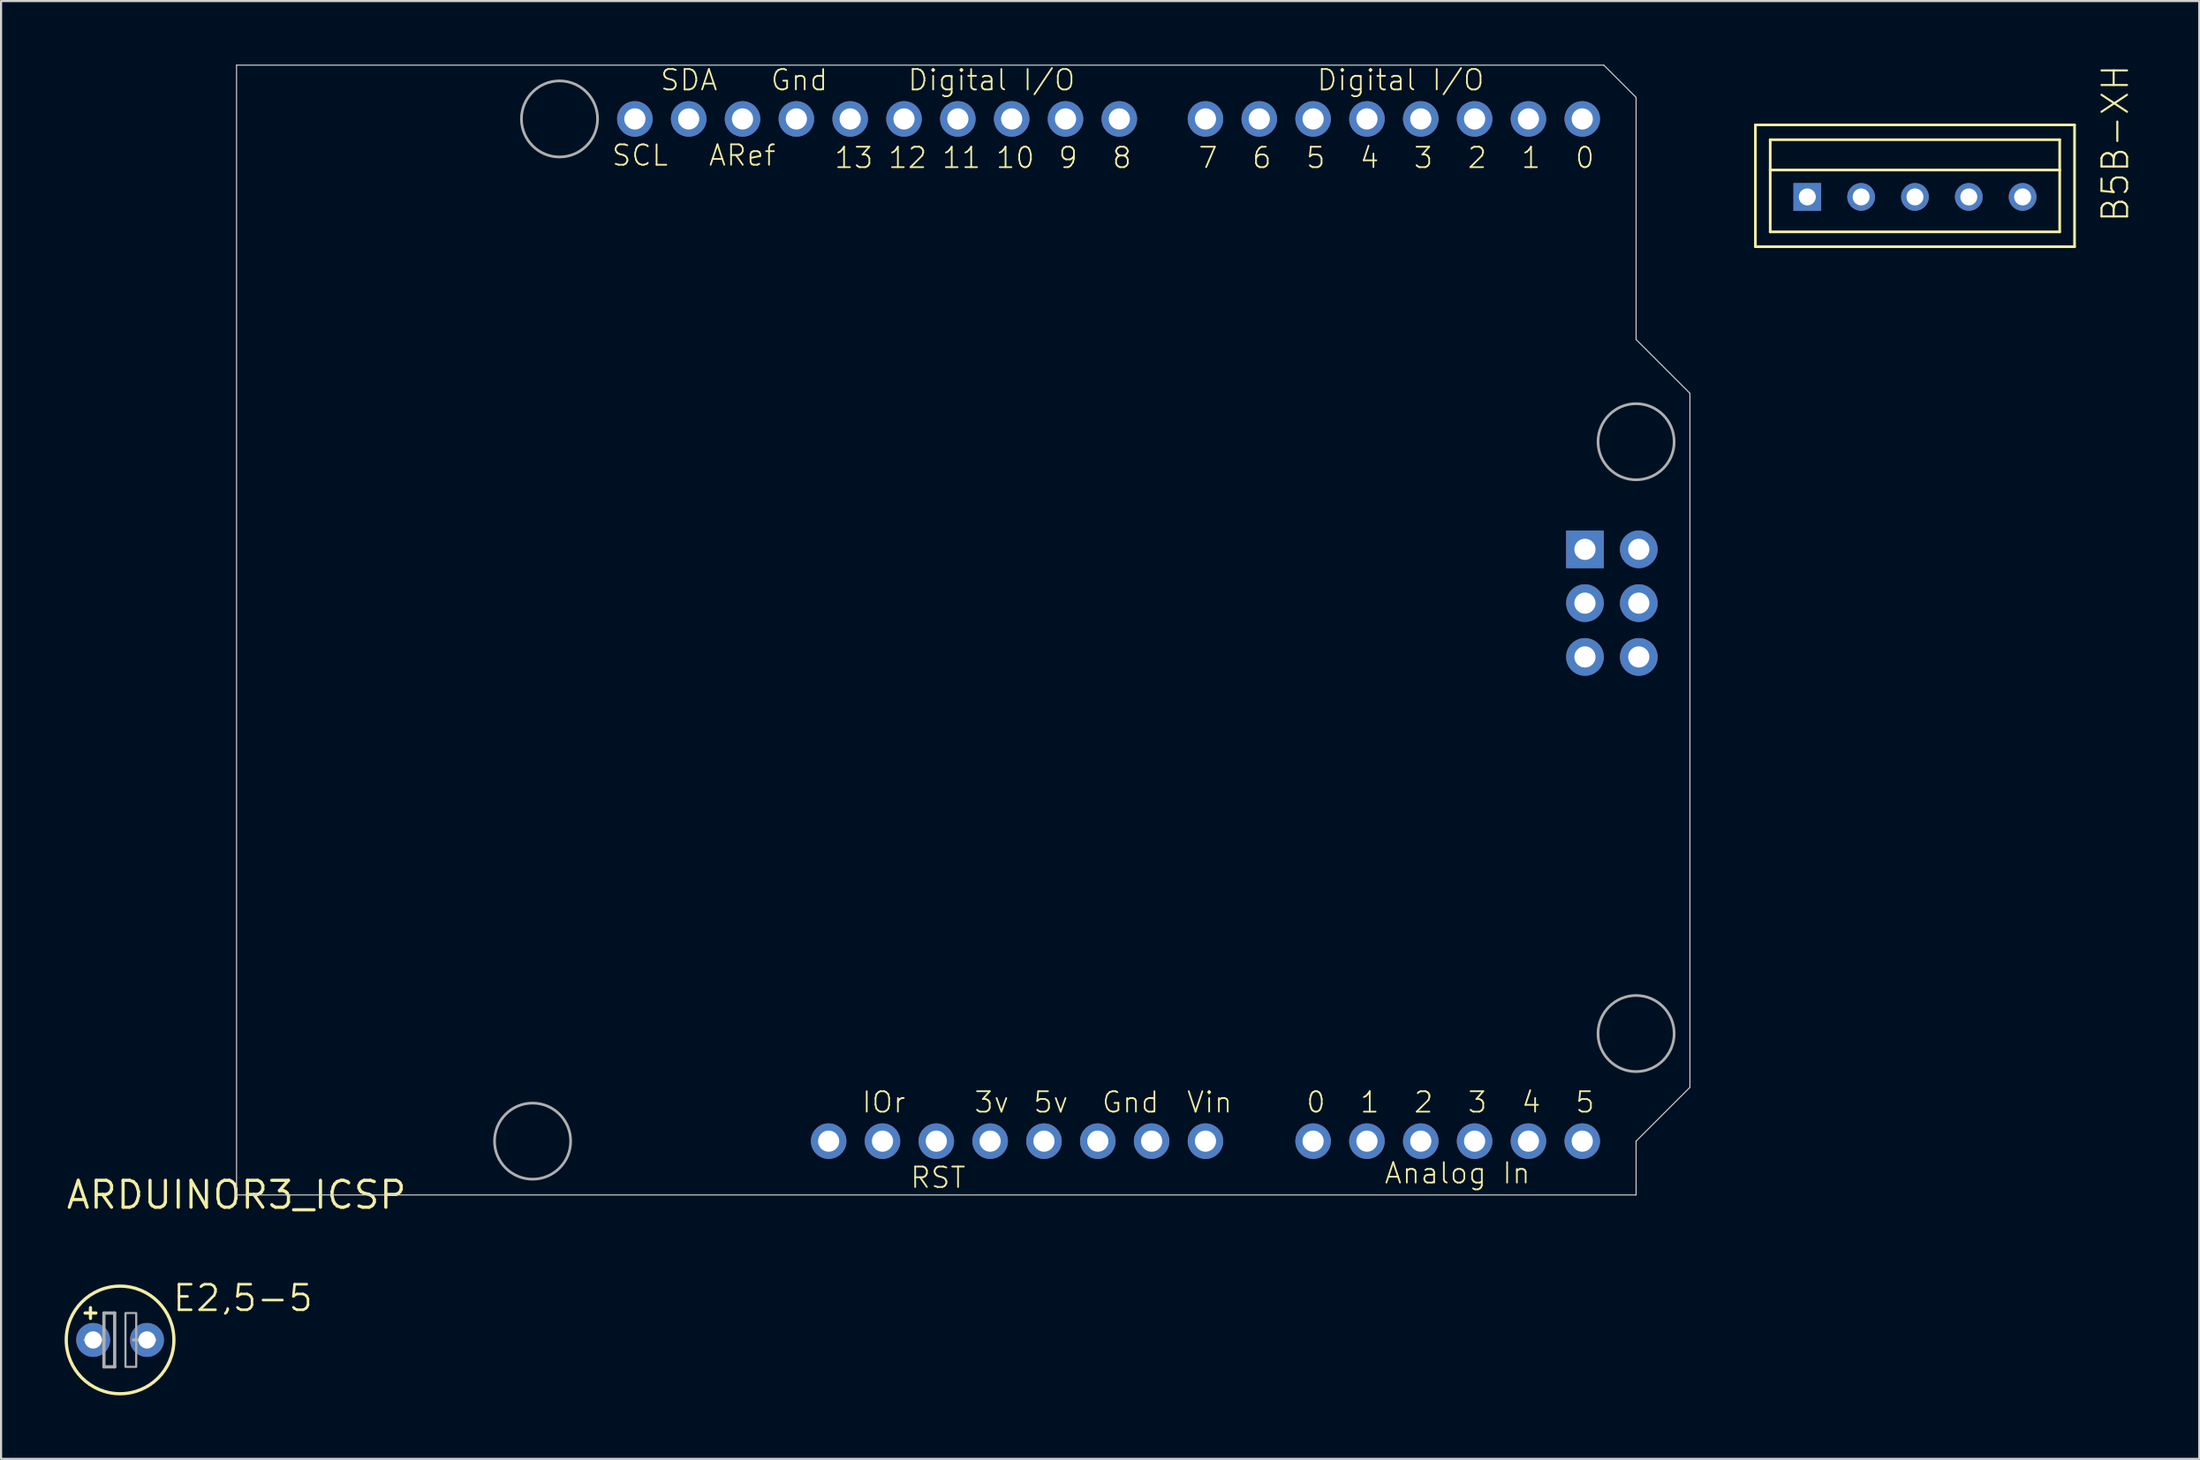
<source format=kicad_pcb>
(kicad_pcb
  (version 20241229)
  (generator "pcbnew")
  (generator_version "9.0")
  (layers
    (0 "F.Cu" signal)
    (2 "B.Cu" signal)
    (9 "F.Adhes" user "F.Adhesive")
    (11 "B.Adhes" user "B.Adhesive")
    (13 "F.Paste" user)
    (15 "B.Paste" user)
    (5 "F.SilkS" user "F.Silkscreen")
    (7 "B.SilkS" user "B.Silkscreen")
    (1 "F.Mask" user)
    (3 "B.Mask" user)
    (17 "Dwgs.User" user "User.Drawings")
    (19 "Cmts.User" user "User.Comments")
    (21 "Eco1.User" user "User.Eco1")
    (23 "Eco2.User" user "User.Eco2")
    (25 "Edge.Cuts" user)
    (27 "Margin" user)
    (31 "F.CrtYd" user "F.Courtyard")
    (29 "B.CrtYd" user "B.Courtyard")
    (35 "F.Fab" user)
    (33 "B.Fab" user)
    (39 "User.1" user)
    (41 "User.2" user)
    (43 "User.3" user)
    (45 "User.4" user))
  (footprint "ARDUINOR3_ICSP"
    (layer "F.Cu")
    (at 8.111 53.365)
    (property "Reference" "ARDUINOR3_ICSP" (at 0 0 0) (layer "F.SilkS") (effects (font (size 1.27 1.27) (thickness 0.15))))
    (attr through_hole)
    (fp_line (start 0 -53.34) (end 0 0) (stroke (width 0.05) (type solid)) (layer "Edge.Cuts"))
    (fp_line (start 0 0) (end 66.04 0) (stroke (width 0.05) (type solid)) (layer "Edge.Cuts"))
    (fp_line (start 64.516 -53.34) (end 0 -53.34) (stroke (width 0.05) (type solid)) (layer "Edge.Cuts"))
    (fp_line (start 66.04 -51.816) (end 64.516 -53.34) (stroke (width 0.05) (type solid)) (layer "Edge.Cuts"))
    (fp_line (start 66.04 -40.386) (end 66.04 -51.816) (stroke (width 0.05) (type solid)) (layer "Edge.Cuts"))
    (fp_line (start 66.04 -2.54) (end 68.58 -5.08) (stroke (width 0.05) (type solid)) (layer "Edge.Cuts"))
    (fp_line (start 66.04 0) (end 66.04 -2.54) (stroke (width 0.05) (type solid)) (layer "Edge.Cuts"))
    (fp_line (start 68.58 -37.846) (end 66.04 -40.386) (stroke (width 0.05) (type solid)) (layer "Edge.Cuts"))
    (fp_line (start 68.58 -5.08) (end 68.58 -37.846) (stroke (width 0.05) (type solid)) (layer "Edge.Cuts"))
    (fp_circle (center 13.97 -2.54) (end 15.766 -2.54) (stroke (width 0.127) (type solid)) (fill no) (layer "F.Fab"))
    (fp_circle (center 15.24 -50.8) (end 17.036 -50.8) (stroke (width 0.127) (type solid)) (fill no) (layer "F.Fab"))
    (fp_circle (center 66.04 -35.56) (end 67.836 -35.56) (stroke (width 0.127) (type solid)) (fill no) (layer "F.Fab"))
    (fp_circle (center 66.04 -7.62) (end 67.836 -7.62) (stroke (width 0.127) (type solid)) (fill no) (layer "F.Fab"))
    (fp_text user "12" (at 32.639 -49.53 0) (layer "F.SilkS") (effects (font (size 0.965 0.965) (thickness 0.081)) (justify right top)))
    (fp_text user "0" (at 50.419 -3.81 0) (layer "F.SilkS") (effects (font (size 0.965 0.965) (thickness 0.081)) (justify left bottom)))
    (fp_text user "3" (at 58.039 -3.81 0) (layer "F.SilkS") (effects (font (size 0.965 0.965) (thickness 0.081)) (justify left bottom)))
    (fp_text user "2" (at 55.499 -3.81 0) (layer "F.SilkS") (effects (font (size 0.965 0.965) (thickness 0.081)) (justify left bottom)))
    (fp_text user "1" (at 61.595 -49.53 0) (layer "F.SilkS") (effects (font (size 0.965 0.965) (thickness 0.081)) (justify right top)))
    (fp_text user "5" (at 51.435 -49.53 0) (layer "F.SilkS") (effects (font (size 0.965 0.965) (thickness 0.081)) (justify right top)))
    (fp_text user "10" (at 37.719 -49.53 0) (layer "F.SilkS") (effects (font (size 0.965 0.965) (thickness 0.081)) (justify right top)))
    (fp_text user "Analog In" (at 54.112 -0.462 0) (layer "F.SilkS") (effects (font (size 0.965 0.965) (thickness 0.081)) (justify left bottom)))
    (fp_text user "5v" (at 37.546 -3.81 0) (layer "F.SilkS") (effects (font (size 0.965 0.965) (thickness 0.081)) (justify left bottom)))
    (fp_text user "5" (at 63.119 -3.81 0) (layer "F.SilkS") (effects (font (size 0.965 0.965) (thickness 0.081)) (justify left bottom)))
    (fp_text user "9" (at 39.751 -49.53 0) (layer "F.SilkS") (effects (font (size 0.965 0.965) (thickness 0.081)) (justify right top)))
    (fp_text user "6" (at 48.895 -49.53 0) (layer "F.SilkS") (effects (font (size 0.965 0.965) (thickness 0.081)) (justify right top)))
    (fp_text user "ARef" (at 22.225 -48.514 0) (layer "F.SilkS") (effects (font (size 0.965 0.965) (thickness 0.081)) (justify left bottom)))
    (fp_text user "0" (at 64.135 -49.53 0) (layer "F.SilkS") (effects (font (size 0.965 0.965) (thickness 0.081)) (justify right top)))
    (fp_text user "SDA" (at 19.939 -52.07 0) (layer "F.SilkS") (effects (font (size 0.965 0.965) (thickness 0.081)) (justify left bottom)))
    (fp_text user "2" (at 59.055 -49.53 0) (layer "F.SilkS") (effects (font (size 0.965 0.965) (thickness 0.081)) (justify right top)))
    (fp_text user "Gnd" (at 25.146 -52.07 0) (layer "F.SilkS") (effects (font (size 0.965 0.965) (thickness 0.081)) (justify left bottom)))
    (fp_text user "4" (at 60.579 -3.81 0) (layer "F.SilkS") (effects (font (size 0.965 0.965) (thickness 0.081)) (justify left bottom)))
    (fp_text user "4" (at 53.975 -49.53 0) (layer "F.SilkS") (effects (font (size 0.965 0.965) (thickness 0.081)) (justify right top)))
    (fp_text user "3v" (at 34.752 -3.81 0) (layer "F.SilkS") (effects (font (size 0.965 0.965) (thickness 0.081)) (justify left bottom)))
    (fp_text user "1" (at 52.959 -3.81 0) (layer "F.SilkS") (effects (font (size 0.965 0.965) (thickness 0.081)) (justify left bottom)))
    (fp_text user "Vin" (at 44.785 -3.81 0) (layer "F.SilkS") (effects (font (size 0.965 0.965) (thickness 0.081)) (justify left bottom)))
    (fp_text user "Gnd" (at 40.777 -3.81 0) (layer "F.SilkS") (effects (font (size 0.965 0.965) (thickness 0.081)) (justify left bottom)))
    (fp_text user "3" (at 56.515 -49.53 0) (layer "F.SilkS") (effects (font (size 0.965 0.965) (thickness 0.081)) (justify right top)))
    (fp_text user "8" (at 42.291 -49.53 0) (layer "F.SilkS") (effects (font (size 0.965 0.965) (thickness 0.081)) (justify right top)))
    (fp_text user "11" (at 35.179 -49.53 0) (layer "F.SilkS") (effects (font (size 0.965 0.965) (thickness 0.081)) (justify right top)))
    (fp_text user "SCL" (at 17.653 -48.514 0) (layer "F.SilkS") (effects (font (size 0.965 0.965) (thickness 0.081)) (justify left bottom)))
    (fp_text user "Digital I/O" (at 31.623 -52.07 0) (layer "F.SilkS") (effects (font (size 0.965 0.965) (thickness 0.081)) (justify left bottom)))
    (fp_text user "RST" (at 31.74 -0.254 0) (layer "F.SilkS") (effects (font (size 0.965 0.965) (thickness 0.081)) (justify left bottom)))
    (fp_text user "Digital I/O" (at 50.927 -52.07 0) (layer "F.SilkS") (effects (font (size 0.965 0.965) (thickness 0.081)) (justify left bottom)))
    (fp_text user "13" (at 30.099 -49.53 0) (layer "F.SilkS") (effects (font (size 0.965 0.965) (thickness 0.081)) (justify right top)))
    (fp_text user "7" (at 46.355 -49.53 0) (layer "F.SilkS") (effects (font (size 0.965 0.965) (thickness 0.081)) (justify right top)))
    (fp_text user "IOr" (at 29.454 -3.81 0) (layer "F.SilkS") (effects (font (size 0.965 0.965) (thickness 0.081)) (justify left bottom)))
    (pad "3V" thru_hole circle (at 35.56 -2.54) (size 1.676 1.676) (drill 1) (layers "*.Cu" "*.Mask"))
    (pad "5V" thru_hole circle (at 38.1 -2.54) (size 1.676 1.676) (drill 1) (layers "*.Cu" "*.Mask"))
    (pad "5V_ICSP" thru_hole circle (at 66.167 -30.48) (size 1.778 1.778) (drill 1) (layers "*.Cu" "*.Mask"))
    (pad "A0" thru_hole circle (at 50.8 -2.54) (size 1.676 1.676) (drill 1) (layers "*.Cu" "*.Mask"))
    (pad "A1" thru_hole circle (at 53.34 -2.54) (size 1.676 1.676) (drill 1) (layers "*.Cu" "*.Mask"))
    (pad "A2" thru_hole circle (at 55.88 -2.54) (size 1.676 1.676) (drill 1) (layers "*.Cu" "*.Mask"))
    (pad "A3" thru_hole circle (at 58.42 -2.54) (size 1.676 1.676) (drill 1) (layers "*.Cu" "*.Mask"))
    (pad "A4" thru_hole circle (at 60.96 -2.54) (size 1.676 1.676) (drill 1) (layers "*.Cu" "*.Mask"))
    (pad "A5" thru_hole circle (at 63.5 -2.54) (size 1.676 1.676) (drill 1) (layers "*.Cu" "*.Mask"))
    (pad "AREF" thru_hole circle (at 23.876 -50.8) (size 1.676 1.676) (drill 1) (layers "*.Cu" "*.Mask"))
    (pad "D0" thru_hole circle (at 63.5 -50.8) (size 1.676 1.676) (drill 1) (layers "*.Cu" "*.Mask"))
    (pad "D1" thru_hole circle (at 60.96 -50.8) (size 1.676 1.676) (drill 1) (layers "*.Cu" "*.Mask"))
    (pad "D2" thru_hole circle (at 58.42 -50.8) (size 1.676 1.676) (drill 1) (layers "*.Cu" "*.Mask"))
    (pad "D3" thru_hole circle (at 55.88 -50.8) (size 1.676 1.676) (drill 1) (layers "*.Cu" "*.Mask"))
    (pad "D4" thru_hole circle (at 53.34 -50.8) (size 1.676 1.676) (drill 1) (layers "*.Cu" "*.Mask"))
    (pad "D5" thru_hole circle (at 50.8 -50.8) (size 1.676 1.676) (drill 1) (layers "*.Cu" "*.Mask"))
    (pad "D6" thru_hole circle (at 48.26 -50.8) (size 1.676 1.676) (drill 1) (layers "*.Cu" "*.Mask"))
    (pad "D7" thru_hole circle (at 45.72 -50.8) (size 1.676 1.676) (drill 1) (layers "*.Cu" "*.Mask"))
    (pad "D8" thru_hole circle (at 41.656 -50.8) (size 1.676 1.676) (drill 1) (layers "*.Cu" "*.Mask"))
    (pad "D9" thru_hole circle (at 39.116 -50.8) (size 1.676 1.676) (drill 1) (layers "*.Cu" "*.Mask"))
    (pad "D10" thru_hole circle (at 36.576 -50.8) (size 1.676 1.676) (drill 1) (layers "*.Cu" "*.Mask"))
    (pad "D11" thru_hole circle (at 34.036 -50.8) (size 1.676 1.676) (drill 1) (layers "*.Cu" "*.Mask"))
    (pad "D12" thru_hole circle (at 31.496 -50.8) (size 1.676 1.676) (drill 1) (layers "*.Cu" "*.Mask"))
    (pad "D13" thru_hole circle (at 28.956 -50.8) (size 1.676 1.676) (drill 1) (layers "*.Cu" "*.Mask"))
    (pad "GND" thru_hole circle (at 26.416 -50.8) (size 1.676 1.676) (drill 1) (layers "*.Cu" "*.Mask"))
    (pad "GND@1" thru_hole circle (at 43.18 -2.54) (size 1.676 1.676) (drill 1) (layers "*.Cu" "*.Mask"))
    (pad "GND@2" thru_hole circle (at 40.64 -2.54) (size 1.676 1.676) (drill 1) (layers "*.Cu" "*.Mask"))
    (pad "GND@3" thru_hole circle (at 66.167 -25.4) (size 1.778 1.778) (drill 1) (layers "*.Cu" "*.Mask"))
    (pad "IOREF" thru_hole circle (at 30.48 -2.54) (size 1.676 1.676) (drill 1) (layers "*.Cu" "*.Mask"))
    (pad "MISO" thru_hole rect (at 63.627 -30.48) (size 1.778 1.778) (drill 1) (layers "*.Cu" "*.Mask"))
    (pad "MOSI" thru_hole circle (at 66.167 -27.94) (size 1.778 1.778) (drill 1) (layers "*.Cu" "*.Mask"))
    (pad "RESERVED" thru_hole circle (at 27.94 -2.54) (size 1.676 1.676) (drill 1) (layers "*.Cu" "*.Mask"))
    (pad "RESET" thru_hole circle (at 33.02 -2.54) (size 1.676 1.676) (drill 1) (layers "*.Cu" "*.Mask"))
    (pad "RESET_ICSP" thru_hole circle (at 63.627 -25.4) (size 1.778 1.778) (drill 1) (layers "*.Cu" "*.Mask"))
    (pad "SCK" thru_hole circle (at 63.627 -27.94) (size 1.778 1.778) (drill 1) (layers "*.Cu" "*.Mask"))
    (pad "SCL" thru_hole circle (at 18.796 -50.8) (size 1.676 1.676) (drill 1) (layers "*.Cu" "*.Mask"))
    (pad "SDA" thru_hole circle (at 21.336 -50.8) (size 1.676 1.676) (drill 1) (layers "*.Cu" "*.Mask"))
    (pad "VIN" thru_hole circle (at 45.72 -2.54) (size 1.676 1.676) (drill 1) (layers "*.Cu" "*.Mask")))
  (footprint "B5B-XH"
    (layer "F.Cu")
    (at 87.31 6.247)
    (property "Reference" "B5B-XH" (at 10.16 1.27 90) (layer "F.SilkS") (effects (font (size 1.206 1.206) (thickness 0.097)) (justify left bottom)))
    (attr through_hole)
    (fp_line (start -7.53 -3.4) (end 7.53 -3.4) (stroke (width 0.127) (type solid)) (layer "F.SilkS"))
    (fp_line (start -7.53 2.35) (end -7.53 -3.4) (stroke (width 0.127) (type solid)) (layer "F.SilkS"))
    (fp_line (start -6.83 -2.7) (end 6.83 -2.7) (stroke (width 0.127) (type solid)) (layer "F.SilkS"))
    (fp_line (start -6.83 -1.27) (end -6.83 -2.7) (stroke (width 0.127) (type solid)) (layer "F.SilkS"))
    (fp_line (start -6.83 -1.27) (end 6.83 -1.27) (stroke (width 0.127) (type solid)) (layer "F.SilkS"))
    (fp_line (start -6.83 1.65) (end -6.83 -1.27) (stroke (width 0.127) (type solid)) (layer "F.SilkS"))
    (fp_line (start 6.83 -2.7) (end 6.83 -1.27) (stroke (width 0.127) (type solid)) (layer "F.SilkS"))
    (fp_line (start 6.83 -1.27) (end 6.83 1.65) (stroke (width 0.127) (type solid)) (layer "F.SilkS"))
    (fp_line (start 6.83 1.65) (end -6.83 1.65) (stroke (width 0.127) (type solid)) (layer "F.SilkS"))
    (fp_line (start 7.53 -3.4) (end 7.53 2.35) (stroke (width 0.127) (type solid)) (layer "F.SilkS"))
    (fp_line (start 7.53 2.35) (end -7.53 2.35) (stroke (width 0.127) (type solid)) (layer "F.SilkS"))
    (pad "P$1" thru_hole rect (at -5.08 0) (size 1.308 1.308) (drill 0.8) (layers "*.Cu" "*.Mask"))
    (pad "P$2" thru_hole circle (at -2.54 0) (size 1.308 1.308) (drill 0.8) (layers "*.Cu" "*.Mask"))
    (pad "P$3" thru_hole circle (at 0 0) (size 1.308 1.308) (drill 0.8) (layers "*.Cu" "*.Mask"))
    (pad "P$4" thru_hole circle (at 2.54 0) (size 1.308 1.308) (drill 0.8) (layers "*.Cu" "*.Mask"))
    (pad "P$5" thru_hole circle (at 5.08 0) (size 1.308 1.308) (drill 0.8) (layers "*.Cu" "*.Mask")))
  (footprint "E2,5-5"
    (layer "F.Cu")
    (at 2.616 60.21)
    (property "Reference" "E2,5-5" (at 2.413 -1.27 0) (layer "F.SilkS") (effects (font (size 1.206 1.206) (thickness 0.121)) (justify left bottom)))
    (attr through_hole)
    (fp_line (start -1.651 -1.27) (end -1.397 -1.27) (stroke (width 0.152) (type solid)) (layer "F.SilkS"))
    (fp_line (start -1.397 -1.27) (end -1.397 -1.524) (stroke (width 0.152) (type solid)) (layer "F.SilkS"))
    (fp_line (start -1.397 -1.27) (end -1.143 -1.27) (stroke (width 0.152) (type solid)) (layer "F.SilkS"))
    (fp_line (start -1.397 -1.016) (end -1.397 -1.27) (stroke (width 0.152) (type solid)) (layer "F.SilkS"))
    (fp_circle (center 0 0) (end 2.54 0) (stroke (width 0.152) (type solid)) (fill no) (layer "F.SilkS"))
    (fp_line (start -1.651 0) (end -0.762 0) (stroke (width 0.152) (type solid)) (layer "F.Fab"))
    (fp_line (start -0.762 -1.27) (end -0.762 0) (stroke (width 0.152) (type solid)) (layer "F.Fab"))
    (fp_line (start -0.762 0) (end -0.762 1.27) (stroke (width 0.152) (type solid)) (layer "F.Fab"))
    (fp_line (start -0.762 1.27) (end -0.254 1.27) (stroke (width 0.152) (type solid)) (layer "F.Fab"))
    (fp_line (start -0.254 -1.27) (end -0.762 -1.27) (stroke (width 0.152) (type solid)) (layer "F.Fab"))
    (fp_line (start -0.254 1.27) (end -0.254 -1.27) (stroke (width 0.152) (type solid)) (layer "F.Fab"))
    (fp_line (start 0.635 0) (end 1.651 0) (stroke (width 0.152) (type solid)) (layer "F.Fab"))
    (fp_poly (pts (xy 0.254 1.27) (xy 0.762 1.27) (xy 0.762 -1.27) (xy 0.254 -1.27)) (stroke (width 0.1) (type solid)) (fill no) (layer "F.Fab"))
    (pad "+" thru_hole circle (at -1.27 0) (size 1.6 1.6) (drill 0.813) (layers "*.Cu" "*.Mask"))
    (pad "-" thru_hole circle (at 1.27 0) (size 1.6 1.6) (drill 0.813) (layers "*.Cu" "*.Mask")))
  (gr_rect
    (start -3 -3)
    (end 100.724 65.826)
    (stroke (width 0.1) (type default))
    (fill no)
    (layer "Edge.Cuts")))
</source>
